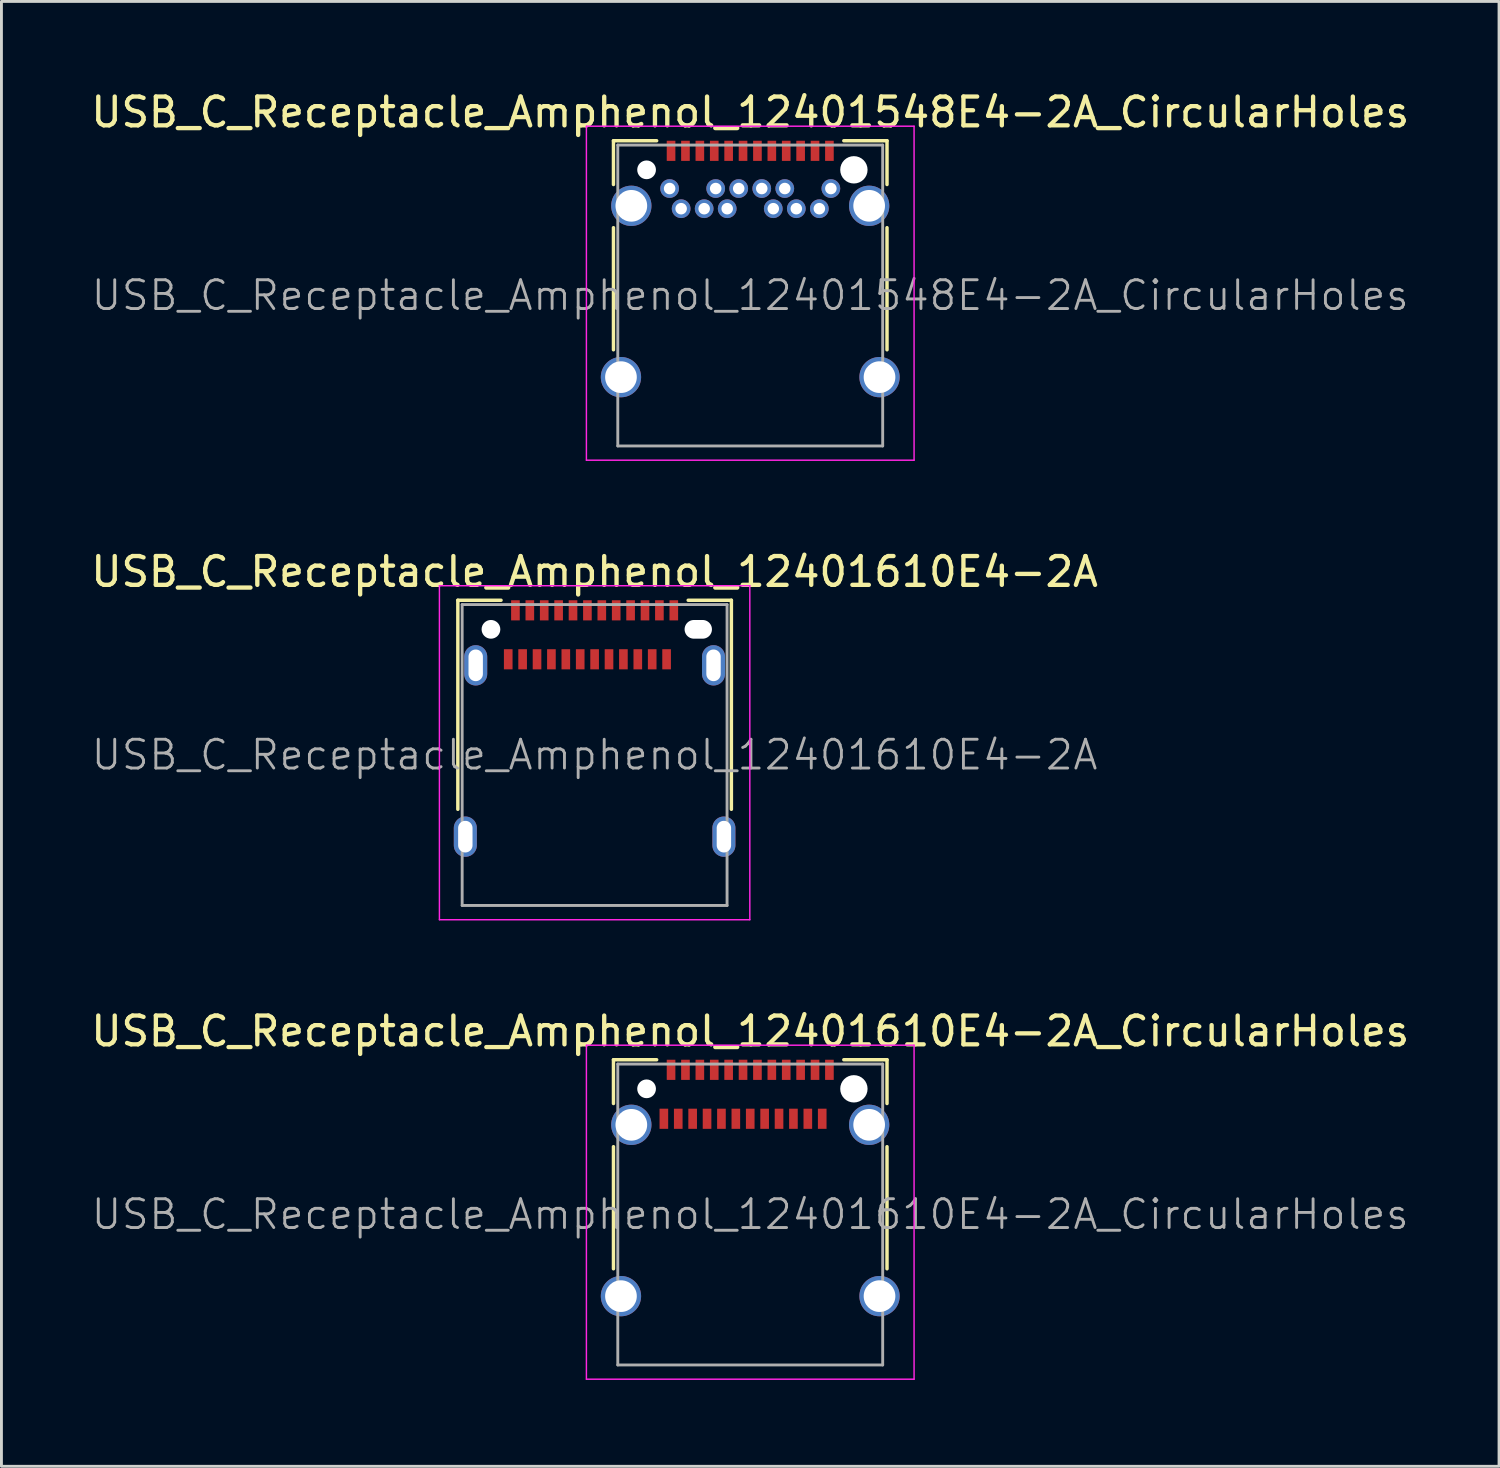
<source format=kicad_pcb>
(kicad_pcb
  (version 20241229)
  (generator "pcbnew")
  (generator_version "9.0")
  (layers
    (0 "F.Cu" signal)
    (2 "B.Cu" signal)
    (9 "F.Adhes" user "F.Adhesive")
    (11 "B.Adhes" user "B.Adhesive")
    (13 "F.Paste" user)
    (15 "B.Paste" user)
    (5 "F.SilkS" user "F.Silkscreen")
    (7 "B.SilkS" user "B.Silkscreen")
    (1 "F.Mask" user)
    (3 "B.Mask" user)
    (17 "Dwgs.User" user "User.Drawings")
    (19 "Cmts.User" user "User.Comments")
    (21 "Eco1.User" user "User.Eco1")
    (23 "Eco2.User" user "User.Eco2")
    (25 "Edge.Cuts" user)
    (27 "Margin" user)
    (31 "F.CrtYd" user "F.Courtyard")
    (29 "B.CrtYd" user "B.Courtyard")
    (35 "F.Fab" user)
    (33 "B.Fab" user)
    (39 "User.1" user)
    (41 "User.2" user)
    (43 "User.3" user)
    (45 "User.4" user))
  (footprint "USB_C_Receptacle_Amphenol_12401610E4-2A"
    (layer "F.Cu")
    (at 17.601 22.252)
    (property "Reference" "USB_C_Receptacle_Amphenol_12401610E4-2A" (at 0 -5.445 0) (layer "F.SilkS") (effects (font (size 1 1) (thickness 0.15))))
    (attr smd)
    (fp_line (start -4.75 -4.455) (end -4.75 2.805) (stroke (width 0.12) (type solid)) (layer "F.SilkS"))
    (fp_line (start -4.75 -4.455) (end -3.25 -4.455) (stroke (width 0.12) (type solid)) (layer "F.SilkS"))
    (fp_line (start 3.25 -4.455) (end 4.75 -4.455) (stroke (width 0.12) (type solid)) (layer "F.SilkS"))
    (fp_line (start 4.75 -4.455) (end 4.75 2.805) (stroke (width 0.12) (type solid)) (layer "F.SilkS"))
    (fp_line (start -5.39 -4.96) (end 5.39 -4.96) (stroke (width 0.05) (type solid)) (layer "F.CrtYd"))
    (fp_line (start -5.39 6.64) (end -5.39 -4.96) (stroke (width 0.05) (type solid)) (layer "F.CrtYd"))
    (fp_line (start 5.39 -4.96) (end 5.39 6.64) (stroke (width 0.05) (type solid)) (layer "F.CrtYd"))
    (fp_line (start 5.39 6.64) (end -5.39 6.64) (stroke (width 0.05) (type solid)) (layer "F.CrtYd"))
    (fp_line (start -4.6 -4.305) (end 4.6 -4.305) (stroke (width 0.1) (type solid)) (layer "F.Fab"))
    (fp_line (start -4.6 6.145) (end -4.6 -4.305) (stroke (width 0.1) (type solid)) (layer "F.Fab"))
    (fp_line (start -4.6 6.145) (end 4.6 6.145) (stroke (width 0.1) (type solid)) (layer "F.Fab"))
    (fp_line (start 4.6 6.145) (end 4.6 -4.305) (stroke (width 0.1) (type solid)) (layer "F.Fab"))
    (fp_text user "${REFERENCE}" (at 0 0.915 0) (layer "F.Fab") (effects (font (size 1 1) (thickness 0.1))))
    (pad "" np_thru_hole circle (at -3.6 -3.445) (size 0.65 0.65) (drill 0.65) (layers "*.Cu" "*.Mask"))
    (pad "" np_thru_hole oval (at 3.6 -3.445) (size 0.95 0.65) (drill oval 0.95 0.65) (layers "*.Cu" "*.Mask"))
    (pad "A1" smd rect (at -2.75 -4.105) (size 0.3 0.7) (layers "F.Cu" "F.Mask" "F.Paste"))
    (pad "A2" smd rect (at -2.25 -4.105) (size 0.3 0.7) (layers "F.Cu" "F.Mask" "F.Paste"))
    (pad "A3" smd rect (at -1.75 -4.105) (size 0.3 0.7) (layers "F.Cu" "F.Mask" "F.Paste"))
    (pad "A4" smd rect (at -1.25 -4.105) (size 0.3 0.7) (layers "F.Cu" "F.Mask" "F.Paste"))
    (pad "A5" smd rect (at -0.75 -4.105) (size 0.3 0.7) (layers "F.Cu" "F.Mask" "F.Paste"))
    (pad "A6" smd rect (at -0.25 -4.105) (size 0.3 0.7) (layers "F.Cu" "F.Mask" "F.Paste"))
    (pad "A7" smd rect (at 0.25 -4.105) (size 0.3 0.7) (layers "F.Cu" "F.Mask" "F.Paste"))
    (pad "A8" smd rect (at 0.75 -4.105) (size 0.3 0.7) (layers "F.Cu" "F.Mask" "F.Paste"))
    (pad "A9" smd rect (at 1.25 -4.105) (size 0.3 0.7) (layers "F.Cu" "F.Mask" "F.Paste"))
    (pad "A10" smd rect (at 1.75 -4.105) (size 0.3 0.7) (layers "F.Cu" "F.Mask" "F.Paste"))
    (pad "A11" smd rect (at 2.25 -4.105) (size 0.3 0.7) (layers "F.Cu" "F.Mask" "F.Paste"))
    (pad "A12" smd rect (at 2.75 -4.105) (size 0.3 0.7) (layers "F.Cu" "F.Mask" "F.Paste"))
    (pad "B1" smd rect (at 2.5 -2.405) (size 0.3 0.7) (layers "F.Cu" "F.Mask" "F.Paste"))
    (pad "B2" smd rect (at 2 -2.405) (size 0.3 0.7) (layers "F.Cu" "F.Mask" "F.Paste"))
    (pad "B3" smd rect (at 1.5 -2.405) (size 0.3 0.7) (layers "F.Cu" "F.Mask" "F.Paste"))
    (pad "B4" smd rect (at 1 -2.405) (size 0.3 0.7) (layers "F.Cu" "F.Mask" "F.Paste"))
    (pad "B5" smd rect (at 0.5 -2.405) (size 0.3 0.7) (layers "F.Cu" "F.Mask" "F.Paste"))
    (pad "B6" smd rect (at 0 -2.405) (size 0.3 0.7) (layers "F.Cu" "F.Mask" "F.Paste"))
    (pad "B7" smd rect (at -0.5 -2.405) (size 0.3 0.7) (layers "F.Cu" "F.Mask" "F.Paste"))
    (pad "B8" smd rect (at -1 -2.405) (size 0.3 0.7) (layers "F.Cu" "F.Mask" "F.Paste"))
    (pad "B9" smd rect (at -1.5 -2.405) (size 0.3 0.7) (layers "F.Cu" "F.Mask" "F.Paste"))
    (pad "B10" smd rect (at -2 -2.405) (size 0.3 0.7) (layers "F.Cu" "F.Mask" "F.Paste"))
    (pad "B11" smd rect (at -2.5 -2.405) (size 0.3 0.7) (layers "F.Cu" "F.Mask" "F.Paste"))
    (pad "B12" smd rect (at -3 -2.405) (size 0.3 0.7) (layers "F.Cu" "F.Mask" "F.Paste"))
    (pad "S1" thru_hole oval (at -4.49 3.755) (size 0.8 1.4) (drill oval 0.5 1.1) (layers "*.Cu" "*.Mask"))
    (pad "S1" thru_hole oval (at -4.13 -2.195) (size 0.8 1.4) (drill oval 0.5 1.1) (layers "*.Cu" "*.Mask"))
    (pad "S1" thru_hole oval (at 4.13 -2.195) (size 0.8 1.4) (drill oval 0.5 1.1) (layers "*.Cu" "*.Mask"))
    (pad "S1" thru_hole oval (at 4.49 3.755) (size 0.8 1.4) (drill oval 0.5 1.1) (layers "*.Cu" "*.Mask")))
  (footprint "USB_C_Receptacle_Amphenol_12401548E4-2A_CircularHoles"
    (layer "F.Cu")
    (at 23.006 6.293)
    (property "Reference" "USB_C_Receptacle_Amphenol_12401548E4-2A_CircularHoles" (at 0 -5.445 0) (layer "F.SilkS") (effects (font (size 1 1) (thickness 0.15))))
    (attr smd)
    (fp_line (start -4.75 -4.455) (end -4.75 -2.935) (stroke (width 0.12) (type solid)) (layer "F.SilkS"))
    (fp_line (start -4.75 -4.455) (end -3.25 -4.455) (stroke (width 0.12) (type solid)) (layer "F.SilkS"))
    (fp_line (start -4.75 -1.435) (end -4.75 2.805) (stroke (width 0.12) (type solid)) (layer "F.SilkS"))
    (fp_line (start 3.25 -4.455) (end 4.75 -4.455) (stroke (width 0.12) (type solid)) (layer "F.SilkS"))
    (fp_line (start 4.75 -4.455) (end 4.75 -2.935) (stroke (width 0.12) (type solid)) (layer "F.SilkS"))
    (fp_line (start 4.75 -1.435) (end 4.75 2.805) (stroke (width 0.12) (type solid)) (layer "F.SilkS"))
    (fp_line (start -5.69 -4.96) (end 5.69 -4.96) (stroke (width 0.05) (type solid)) (layer "F.CrtYd"))
    (fp_line (start -5.69 6.64) (end -5.69 -4.96) (stroke (width 0.05) (type solid)) (layer "F.CrtYd"))
    (fp_line (start 5.69 -4.96) (end 5.69 6.64) (stroke (width 0.05) (type solid)) (layer "F.CrtYd"))
    (fp_line (start 5.69 6.64) (end -5.69 6.64) (stroke (width 0.05) (type solid)) (layer "F.CrtYd"))
    (fp_line (start -4.6 -4.305) (end 4.6 -4.305) (stroke (width 0.1) (type solid)) (layer "F.Fab"))
    (fp_line (start -4.6 6.145) (end -4.6 -4.305) (stroke (width 0.1) (type solid)) (layer "F.Fab"))
    (fp_line (start -4.6 6.145) (end 4.6 6.145) (stroke (width 0.1) (type solid)) (layer "F.Fab"))
    (fp_line (start 4.6 6.145) (end 4.6 -4.305) (stroke (width 0.1) (type solid)) (layer "F.Fab"))
    (fp_text user "${REFERENCE}" (at 0 0.915 0) (layer "F.Fab") (effects (font (size 1 1) (thickness 0.1))))
    (pad "" np_thru_hole circle (at -3.6 -3.445) (size 0.65 0.65) (drill 0.65) (layers "*.Cu" "*.Mask"))
    (pad "" np_thru_hole circle (at 3.6 -3.445) (size 0.95 0.95) (drill 0.95) (layers "*.Cu" "*.Mask"))
    (pad "A1" smd rect (at -2.75 -4.105) (size 0.3 0.7) (layers "F.Cu" "F.Mask" "F.Paste"))
    (pad "A2" smd rect (at -2.25 -4.105) (size 0.3 0.7) (layers "F.Cu" "F.Mask" "F.Paste"))
    (pad "A3" smd rect (at -1.75 -4.105) (size 0.3 0.7) (layers "F.Cu" "F.Mask" "F.Paste"))
    (pad "A4" smd rect (at -1.25 -4.105) (size 0.3 0.7) (layers "F.Cu" "F.Mask" "F.Paste"))
    (pad "A5" smd rect (at -0.75 -4.105) (size 0.3 0.7) (layers "F.Cu" "F.Mask" "F.Paste"))
    (pad "A6" smd rect (at -0.25 -4.105) (size 0.3 0.7) (layers "F.Cu" "F.Mask" "F.Paste"))
    (pad "A7" smd rect (at 0.25 -4.105) (size 0.3 0.7) (layers "F.Cu" "F.Mask" "F.Paste"))
    (pad "A8" smd rect (at 0.75 -4.105) (size 0.3 0.7) (layers "F.Cu" "F.Mask" "F.Paste"))
    (pad "A9" smd rect (at 1.25 -4.105) (size 0.3 0.7) (layers "F.Cu" "F.Mask" "F.Paste"))
    (pad "A10" smd rect (at 1.75 -4.105) (size 0.3 0.7) (layers "F.Cu" "F.Mask" "F.Paste"))
    (pad "A11" smd rect (at 2.25 -4.105) (size 0.3 0.7) (layers "F.Cu" "F.Mask" "F.Paste"))
    (pad "A12" smd rect (at 2.75 -4.105) (size 0.3 0.7) (layers "F.Cu" "F.Mask" "F.Paste"))
    (pad "B1" thru_hole circle (at 2.8 -2.795) (size 0.65 0.65) (drill 0.4) (layers "*.Cu" "*.Mask"))
    (pad "B2" thru_hole circle (at 2.4 -2.095) (size 0.65 0.65) (drill 0.4) (layers "*.Cu" "*.Mask"))
    (pad "B3" thru_hole circle (at 1.6 -2.095) (size 0.65 0.65) (drill 0.4) (layers "*.Cu" "*.Mask"))
    (pad "B4" thru_hole circle (at 1.2 -2.795) (size 0.65 0.65) (drill 0.4) (layers "*.Cu" "*.Mask"))
    (pad "B5" thru_hole circle (at 0.8 -2.095) (size 0.65 0.65) (drill 0.4) (layers "*.Cu" "*.Mask"))
    (pad "B6" thru_hole circle (at 0.4 -2.795) (size 0.65 0.65) (drill 0.4) (layers "*.Cu" "*.Mask"))
    (pad "B7" thru_hole circle (at -0.4 -2.795) (size 0.65 0.65) (drill 0.4) (layers "*.Cu" "*.Mask"))
    (pad "B8" thru_hole circle (at -0.8 -2.095) (size 0.65 0.65) (drill 0.4) (layers "*.Cu" "*.Mask"))
    (pad "B9" thru_hole circle (at -1.2 -2.795) (size 0.65 0.65) (drill 0.4) (layers "*.Cu" "*.Mask"))
    (pad "B10" thru_hole circle (at -1.6 -2.095) (size 0.65 0.65) (drill 0.4) (layers "*.Cu" "*.Mask"))
    (pad "B11" thru_hole circle (at -2.4 -2.095) (size 0.65 0.65) (drill 0.4) (layers "*.Cu" "*.Mask"))
    (pad "B12" thru_hole circle (at -2.8 -2.795) (size 0.65 0.65) (drill 0.4) (layers "*.Cu" "*.Mask"))
    (pad "S1" thru_hole circle (at -4.49 3.755) (size 1.4 1.4) (drill 1.1) (layers "*.Cu" "*.Mask"))
    (pad "S1" thru_hole circle (at -4.13 -2.195) (size 1.4 1.4) (drill 1.1) (layers "*.Cu" "*.Mask"))
    (pad "S1" thru_hole circle (at 4.13 -2.195) (size 1.4 1.4) (drill 1.1) (layers "*.Cu" "*.Mask"))
    (pad "S1" thru_hole circle (at 4.49 3.755) (size 1.4 1.4) (drill 1.1) (layers "*.Cu" "*.Mask")))
  (footprint "USB_C_Receptacle_Amphenol_12401610E4-2A_CircularHoles"
    (layer "F.Cu")
    (at 23.006 38.21)
    (property "Reference" "USB_C_Receptacle_Amphenol_12401610E4-2A_CircularHoles" (at 0 -5.445 0) (layer "F.SilkS") (effects (font (size 1 1) (thickness 0.15))))
    (attr smd)
    (fp_line (start -4.75 -4.455) (end -4.75 -2.935) (stroke (width 0.12) (type solid)) (layer "F.SilkS"))
    (fp_line (start -4.75 -4.455) (end -3.25 -4.455) (stroke (width 0.12) (type solid)) (layer "F.SilkS"))
    (fp_line (start -4.75 -1.435) (end -4.75 2.805) (stroke (width 0.12) (type solid)) (layer "F.SilkS"))
    (fp_line (start 3.25 -4.455) (end 4.75 -4.455) (stroke (width 0.12) (type solid)) (layer "F.SilkS"))
    (fp_line (start 4.75 -4.455) (end 4.75 -2.935) (stroke (width 0.12) (type solid)) (layer "F.SilkS"))
    (fp_line (start 4.75 -1.435) (end 4.75 2.805) (stroke (width 0.12) (type solid)) (layer "F.SilkS"))
    (fp_line (start -5.69 -4.96) (end 5.69 -4.96) (stroke (width 0.05) (type solid)) (layer "F.CrtYd"))
    (fp_line (start -5.69 6.64) (end -5.69 -4.96) (stroke (width 0.05) (type solid)) (layer "F.CrtYd"))
    (fp_line (start 5.69 -4.96) (end 5.69 6.64) (stroke (width 0.05) (type solid)) (layer "F.CrtYd"))
    (fp_line (start 5.69 6.64) (end -5.69 6.64) (stroke (width 0.05) (type solid)) (layer "F.CrtYd"))
    (fp_line (start -4.6 -4.305) (end 4.6 -4.305) (stroke (width 0.1) (type solid)) (layer "F.Fab"))
    (fp_line (start -4.6 6.145) (end -4.6 -4.305) (stroke (width 0.1) (type solid)) (layer "F.Fab"))
    (fp_line (start -4.6 6.145) (end 4.6 6.145) (stroke (width 0.1) (type solid)) (layer "F.Fab"))
    (fp_line (start 4.6 6.145) (end 4.6 -4.305) (stroke (width 0.1) (type solid)) (layer "F.Fab"))
    (fp_text user "${REFERENCE}" (at 0 0.915 0) (layer "F.Fab") (effects (font (size 1 1) (thickness 0.1))))
    (pad "" np_thru_hole circle (at -3.6 -3.445) (size 0.65 0.65) (drill 0.65) (layers "*.Cu" "*.Mask"))
    (pad "" np_thru_hole circle (at 3.6 -3.445) (size 0.95 0.95) (drill 0.95) (layers "*.Cu" "*.Mask"))
    (pad "A1" smd rect (at -2.75 -4.105) (size 0.3 0.7) (layers "F.Cu" "F.Mask" "F.Paste"))
    (pad "A2" smd rect (at -2.25 -4.105) (size 0.3 0.7) (layers "F.Cu" "F.Mask" "F.Paste"))
    (pad "A3" smd rect (at -1.75 -4.105) (size 0.3 0.7) (layers "F.Cu" "F.Mask" "F.Paste"))
    (pad "A4" smd rect (at -1.25 -4.105) (size 0.3 0.7) (layers "F.Cu" "F.Mask" "F.Paste"))
    (pad "A5" smd rect (at -0.75 -4.105) (size 0.3 0.7) (layers "F.Cu" "F.Mask" "F.Paste"))
    (pad "A6" smd rect (at -0.25 -4.105) (size 0.3 0.7) (layers "F.Cu" "F.Mask" "F.Paste"))
    (pad "A7" smd rect (at 0.25 -4.105) (size 0.3 0.7) (layers "F.Cu" "F.Mask" "F.Paste"))
    (pad "A8" smd rect (at 0.75 -4.105) (size 0.3 0.7) (layers "F.Cu" "F.Mask" "F.Paste"))
    (pad "A9" smd rect (at 1.25 -4.105) (size 0.3 0.7) (layers "F.Cu" "F.Mask" "F.Paste"))
    (pad "A10" smd rect (at 1.75 -4.105) (size 0.3 0.7) (layers "F.Cu" "F.Mask" "F.Paste"))
    (pad "A11" smd rect (at 2.25 -4.105) (size 0.3 0.7) (layers "F.Cu" "F.Mask" "F.Paste"))
    (pad "A12" smd rect (at 2.75 -4.105) (size 0.3 0.7) (layers "F.Cu" "F.Mask" "F.Paste"))
    (pad "B1" smd rect (at 2.5 -2.405) (size 0.3 0.7) (layers "F.Cu" "F.Mask" "F.Paste"))
    (pad "B2" smd rect (at 2 -2.405) (size 0.3 0.7) (layers "F.Cu" "F.Mask" "F.Paste"))
    (pad "B3" smd rect (at 1.5 -2.405) (size 0.3 0.7) (layers "F.Cu" "F.Mask" "F.Paste"))
    (pad "B4" smd rect (at 1 -2.405) (size 0.3 0.7) (layers "F.Cu" "F.Mask" "F.Paste"))
    (pad "B5" smd rect (at 0.5 -2.405) (size 0.3 0.7) (layers "F.Cu" "F.Mask" "F.Paste"))
    (pad "B6" smd rect (at 0 -2.405) (size 0.3 0.7) (layers "F.Cu" "F.Mask" "F.Paste"))
    (pad "B7" smd rect (at -0.5 -2.405) (size 0.3 0.7) (layers "F.Cu" "F.Mask" "F.Paste"))
    (pad "B8" smd rect (at -1 -2.405) (size 0.3 0.7) (layers "F.Cu" "F.Mask" "F.Paste"))
    (pad "B9" smd rect (at -1.5 -2.405) (size 0.3 0.7) (layers "F.Cu" "F.Mask" "F.Paste"))
    (pad "B10" smd rect (at -2 -2.405) (size 0.3 0.7) (layers "F.Cu" "F.Mask" "F.Paste"))
    (pad "B11" smd rect (at -2.5 -2.405) (size 0.3 0.7) (layers "F.Cu" "F.Mask" "F.Paste"))
    (pad "B12" smd rect (at -3 -2.405) (size 0.3 0.7) (layers "F.Cu" "F.Mask" "F.Paste"))
    (pad "S1" thru_hole circle (at -4.49 3.755) (size 1.4 1.4) (drill 1.1) (layers "*.Cu" "*.Mask"))
    (pad "S1" thru_hole circle (at -4.13 -2.195) (size 1.4 1.4) (drill 1.1) (layers "*.Cu" "*.Mask"))
    (pad "S1" thru_hole circle (at 4.13 -2.195) (size 1.4 1.4) (drill 1.1) (layers "*.Cu" "*.Mask"))
    (pad "S1" thru_hole circle (at 4.49 3.755) (size 1.4 1.4) (drill 1.1) (layers "*.Cu" "*.Mask")))
  (gr_rect
    (start -3 -3)
    (end 49.012 47.875)
    (stroke (width 0.1) (type default))
    (fill no)
    (layer "Edge.Cuts")))
</source>
